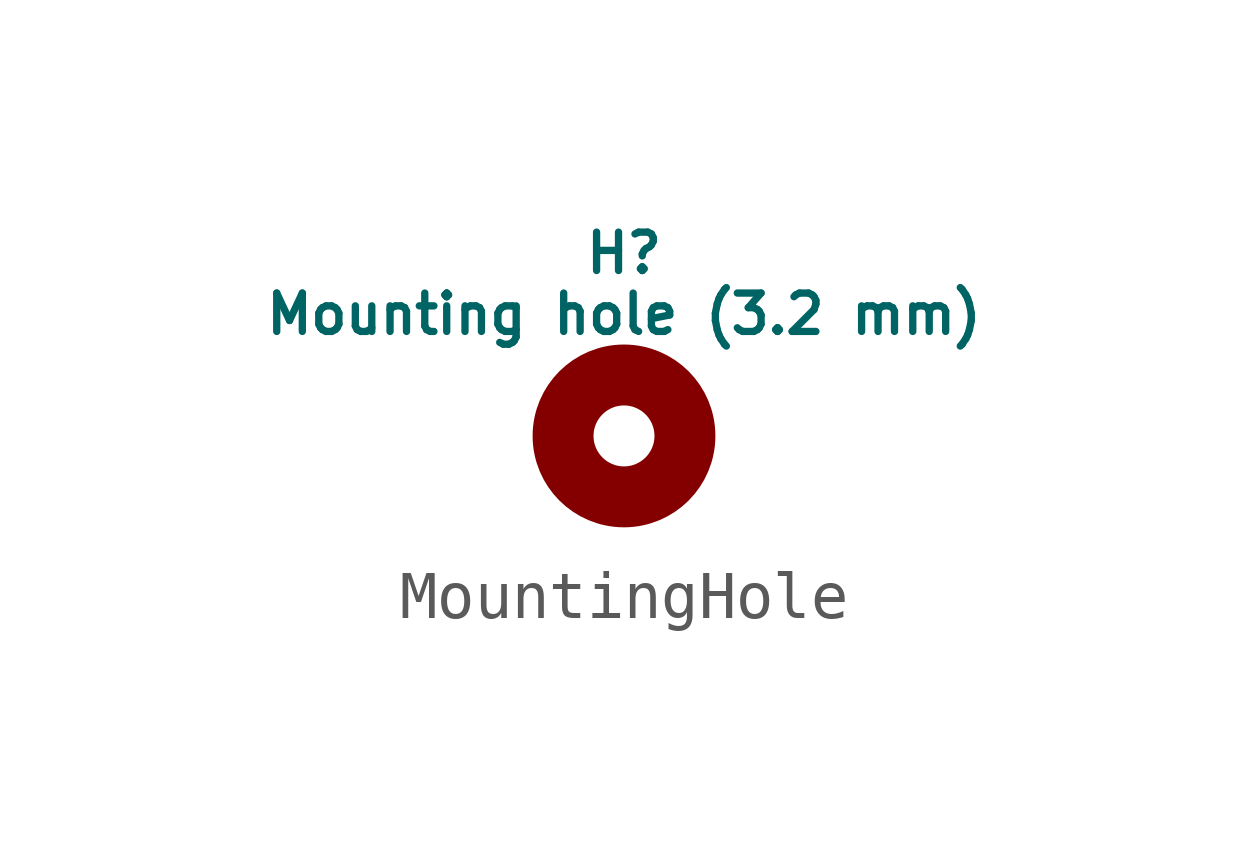
<source format=kicad_sym>
(kicad_symbol_lib
  (version 20220914)
  (generator kicad_symbol_editor)
  (symbol "MountingHole"
    (pin_names
      (offset 1.016))
    (property "Reference" "H"
      (at 0 3.81 0)
      (do_not_autoplace)
      (effects (font (size 0.8 0.8))))
    (property "Value" "Mounting hole (3.2 mm)"
      (at 0 2.54 0)
      (do_not_autoplace)
      (effects (font (size 0.8 0.8))))
    (symbol "MountingHole_0_1"
      (circle (center 0 0) (radius 1.27) (stroke (width 1.27) (type default)) (fill (type none))))))
</source>
